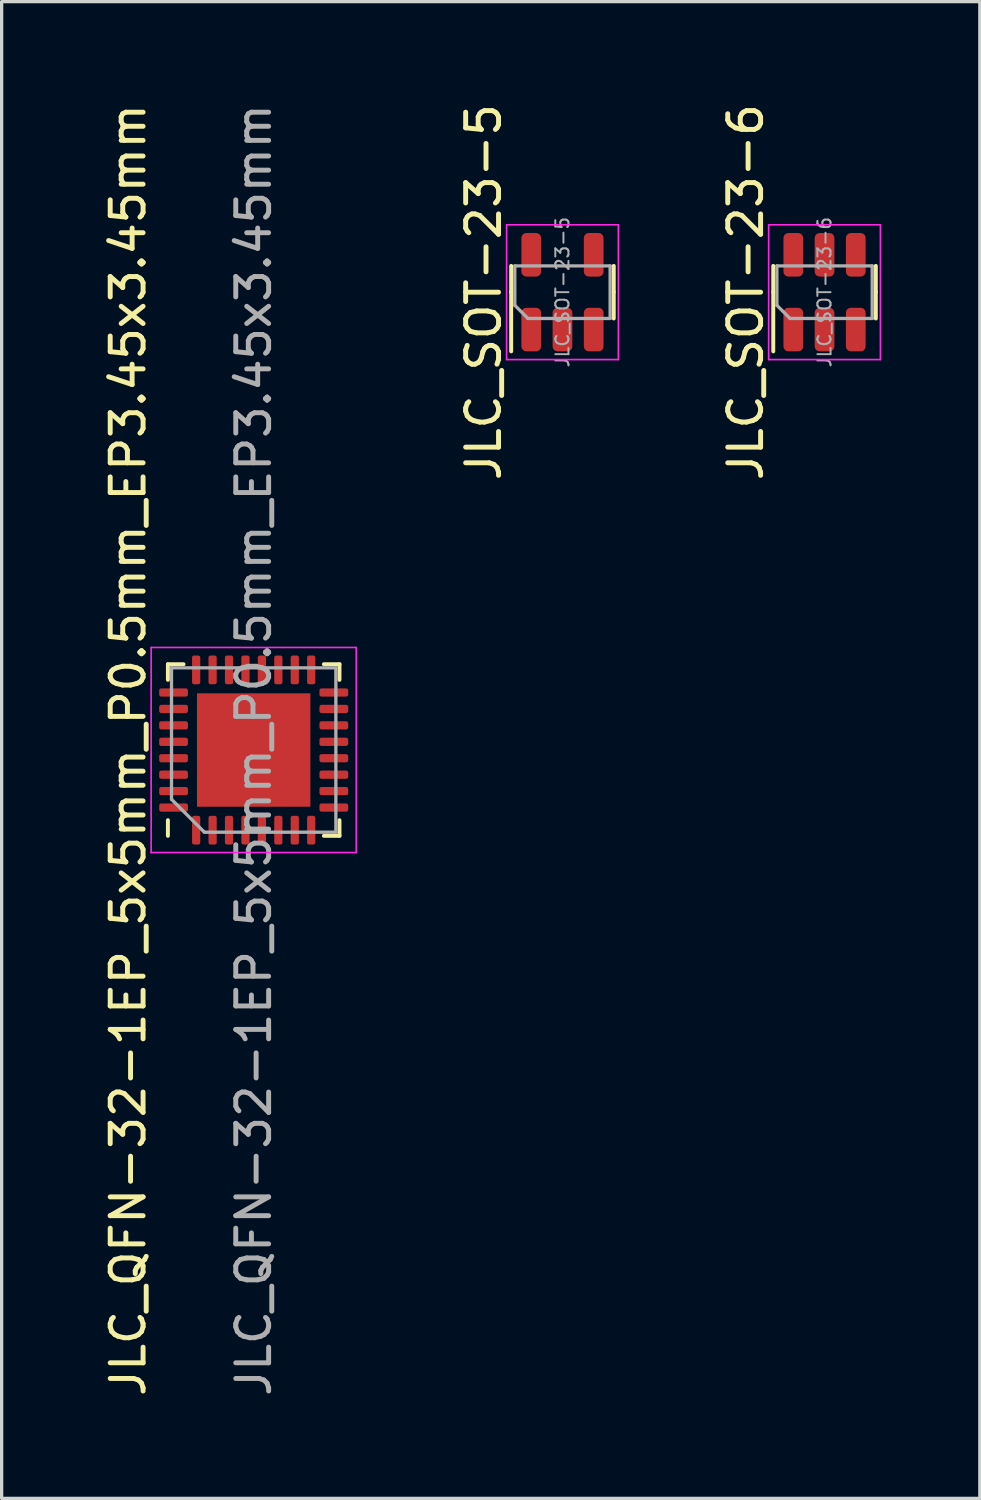
<source format=kicad_pcb>
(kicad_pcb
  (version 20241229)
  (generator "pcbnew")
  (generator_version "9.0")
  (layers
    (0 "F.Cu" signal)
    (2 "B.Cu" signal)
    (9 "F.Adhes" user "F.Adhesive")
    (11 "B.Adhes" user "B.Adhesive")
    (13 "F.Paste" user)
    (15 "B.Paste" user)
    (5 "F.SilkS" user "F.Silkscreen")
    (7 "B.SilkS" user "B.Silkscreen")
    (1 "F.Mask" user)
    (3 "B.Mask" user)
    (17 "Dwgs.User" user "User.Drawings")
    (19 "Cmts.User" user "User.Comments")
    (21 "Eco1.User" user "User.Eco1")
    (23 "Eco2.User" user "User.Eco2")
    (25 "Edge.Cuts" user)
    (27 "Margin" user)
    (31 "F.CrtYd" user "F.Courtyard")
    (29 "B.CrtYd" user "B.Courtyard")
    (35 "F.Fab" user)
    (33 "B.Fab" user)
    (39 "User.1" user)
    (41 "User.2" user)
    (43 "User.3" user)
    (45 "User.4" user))
  (footprint "JLC_SOT-23-5"
    (layer "F.Cu")
    (at 14.062 5.839)
    (property "Reference" "JLC_SOT-23-5" (at -2.4 0 90) (layer "F.SilkS") (effects (font (size 1 1) (thickness 0.15))))
    (attr smd)
    (fp_line (start -1.56 0) (end -1.56 -0.8) (stroke (width 0.12) (type solid)) (layer "F.SilkS"))
    (fp_line (start -1.56 0) (end -1.56 1.8) (stroke (width 0.12) (type solid)) (layer "F.SilkS"))
    (fp_line (start 1.56 0) (end 1.56 -0.8) (stroke (width 0.12) (type solid)) (layer "F.SilkS"))
    (fp_line (start 1.56 0) (end 1.56 0.8) (stroke (width 0.12) (type solid)) (layer "F.SilkS"))
    (fp_line (start -1.7 -2.05) (end -1.7 2.05) (stroke (width 0.05) (type solid)) (layer "F.CrtYd"))
    (fp_line (start -1.7 2.05) (end 1.7 2.05) (stroke (width 0.05) (type solid)) (layer "F.CrtYd"))
    (fp_line (start 1.7 -2.05) (end -1.7 -2.05) (stroke (width 0.05) (type solid)) (layer "F.CrtYd"))
    (fp_line (start 1.7 2.05) (end 1.7 -2.05) (stroke (width 0.05) (type solid)) (layer "F.CrtYd"))
    (fp_line (start -1.45 -0.8) (end 1.45 -0.8) (stroke (width 0.1) (type solid)) (layer "F.Fab"))
    (fp_line (start -1.45 0.4) (end -1.45 -0.8) (stroke (width 0.1) (type solid)) (layer "F.Fab"))
    (fp_line (start -1.05 0.8) (end -1.45 0.4) (stroke (width 0.1) (type solid)) (layer "F.Fab"))
    (fp_line (start 1.45 -0.8) (end 1.45 0.8) (stroke (width 0.1) (type solid)) (layer "F.Fab"))
    (fp_line (start 1.45 0.8) (end -1.05 0.8) (stroke (width 0.1) (type solid)) (layer "F.Fab"))
    (fp_text user "${REFERENCE}" (at 0 0 90) (layer "F.Fab") (effects (font (size 0.4 0.4) (thickness 0.06))))
    (pad "1" smd roundrect (at -0.95 1.137 90) (size 1.325 0.6) (layers "F.Cu" "F.Mask" "F.Paste") (roundrect_rratio 0.25))
    (pad "2" smd roundrect (at 0 1.137 90) (size 1.325 0.6) (layers "F.Cu" "F.Mask" "F.Paste") (roundrect_rratio 0.25))
    (pad "3" smd roundrect (at 0.95 1.137 90) (size 1.325 0.6) (layers "F.Cu" "F.Mask" "F.Paste") (roundrect_rratio 0.25))
    (pad "4" smd roundrect (at 0.95 -1.137 90) (size 1.325 0.6) (layers "F.Cu" "F.Mask" "F.Paste") (roundrect_rratio 0.25))
    (pad "5" smd roundrect (at -0.95 -1.137 90) (size 1.325 0.6) (layers "F.Cu" "F.Mask" "F.Paste") (roundrect_rratio 0.25)))
  (footprint "JLC_QFN-32-1EP_5x5mm_P0.5mm_EP3.45x3.45mm"
    (layer "F.Cu")
    (at 4.668 19.768)
    (property "Reference" "JLC_QFN-32-1EP_5x5mm_P0.5mm_EP3.45x3.45mm" (at -3.82 0 90) (layer "F.SilkS") (effects (font (size 1 1) (thickness 0.15))))
    (attr smd)
    (fp_line (start -2.61 -2.61) (end -2.135 -2.61) (stroke (width 0.12) (type solid)) (layer "F.SilkS"))
    (fp_line (start -2.61 -2.135) (end -2.61 -2.61) (stroke (width 0.12) (type solid)) (layer "F.SilkS"))
    (fp_line (start -2.61 2.135) (end -2.61 2.61) (stroke (width 0.12) (type solid)) (layer "F.SilkS"))
    (fp_line (start 2.61 -2.61) (end 2.135 -2.61) (stroke (width 0.12) (type solid)) (layer "F.SilkS"))
    (fp_line (start 2.61 -2.135) (end 2.61 -2.61) (stroke (width 0.12) (type solid)) (layer "F.SilkS"))
    (fp_line (start 2.61 2.135) (end 2.61 2.61) (stroke (width 0.12) (type solid)) (layer "F.SilkS"))
    (fp_line (start 2.61 2.61) (end 2.135 2.61) (stroke (width 0.12) (type solid)) (layer "F.SilkS"))
    (fp_line (start -3.12 -3.12) (end -3.12 3.12) (stroke (width 0.05) (type solid)) (layer "F.CrtYd"))
    (fp_line (start -3.12 3.12) (end 3.12 3.12) (stroke (width 0.05) (type solid)) (layer "F.CrtYd"))
    (fp_line (start 3.12 -3.12) (end -3.12 -3.12) (stroke (width 0.05) (type solid)) (layer "F.CrtYd"))
    (fp_line (start 3.12 3.12) (end 3.12 -3.12) (stroke (width 0.05) (type solid)) (layer "F.CrtYd"))
    (fp_line (start -2.5 -2.5) (end 2.5 -2.5) (stroke (width 0.1) (type solid)) (layer "F.Fab"))
    (fp_line (start -2.5 1.5) (end -2.5 -2.5) (stroke (width 0.1) (type solid)) (layer "F.Fab"))
    (fp_line (start -1.5 2.5) (end -2.5 1.5) (stroke (width 0.1) (type solid)) (layer "F.Fab"))
    (fp_line (start 2.5 -2.5) (end 2.5 2.5) (stroke (width 0.1) (type solid)) (layer "F.Fab"))
    (fp_line (start 2.5 2.5) (end -1.5 2.5) (stroke (width 0.1) (type solid)) (layer "F.Fab"))
    (fp_text user "${REFERENCE}" (at 0 0 90) (layer "F.Fab") (effects (font (size 1 1) (thickness 0.15))))
    (pad "" smd roundrect (at -1.15 -1.15 90) (size 0.93 0.93) (layers "F.Paste") (roundrect_rratio 0.25))
    (pad "" smd roundrect (at -1.15 0 90) (size 0.93 0.93) (layers "F.Paste") (roundrect_rratio 0.25))
    (pad "" smd roundrect (at -1.15 1.15 90) (size 0.93 0.93) (layers "F.Paste") (roundrect_rratio 0.25))
    (pad "" smd roundrect (at 0 -1.15 90) (size 0.93 0.93) (layers "F.Paste") (roundrect_rratio 0.25))
    (pad "" smd roundrect (at 0 0 90) (size 0.93 0.93) (layers "F.Paste") (roundrect_rratio 0.25))
    (pad "" smd roundrect (at 0 1.15 90) (size 0.93 0.93) (layers "F.Paste") (roundrect_rratio 0.25))
    (pad "" smd roundrect (at 1.15 -1.15 90) (size 0.93 0.93) (layers "F.Paste") (roundrect_rratio 0.25))
    (pad "" smd roundrect (at 1.15 0 90) (size 0.93 0.93) (layers "F.Paste") (roundrect_rratio 0.25))
    (pad "" smd roundrect (at 1.15 1.15 90) (size 0.93 0.93) (layers "F.Paste") (roundrect_rratio 0.25))
    (pad "1" smd roundrect (at -1.75 2.438 90) (size 0.875 0.25) (layers "F.Cu" "F.Mask" "F.Paste") (roundrect_rratio 0.25))
    (pad "2" smd roundrect (at -1.25 2.438 90) (size 0.875 0.25) (layers "F.Cu" "F.Mask" "F.Paste") (roundrect_rratio 0.25))
    (pad "3" smd roundrect (at -0.75 2.438 90) (size 0.875 0.25) (layers "F.Cu" "F.Mask" "F.Paste") (roundrect_rratio 0.25))
    (pad "4" smd roundrect (at -0.25 2.438 90) (size 0.875 0.25) (layers "F.Cu" "F.Mask" "F.Paste") (roundrect_rratio 0.25))
    (pad "5" smd roundrect (at 0.25 2.438 90) (size 0.875 0.25) (layers "F.Cu" "F.Mask" "F.Paste") (roundrect_rratio 0.25))
    (pad "6" smd roundrect (at 0.75 2.438 90) (size 0.875 0.25) (layers "F.Cu" "F.Mask" "F.Paste") (roundrect_rratio 0.25))
    (pad "7" smd roundrect (at 1.25 2.438 90) (size 0.875 0.25) (layers "F.Cu" "F.Mask" "F.Paste") (roundrect_rratio 0.25))
    (pad "8" smd roundrect (at 1.75 2.438 90) (size 0.875 0.25) (layers "F.Cu" "F.Mask" "F.Paste") (roundrect_rratio 0.25))
    (pad "9" smd roundrect (at 2.438 1.75 90) (size 0.25 0.875) (layers "F.Cu" "F.Mask" "F.Paste") (roundrect_rratio 0.25))
    (pad "10" smd roundrect (at 2.438 1.25 90) (size 0.25 0.875) (layers "F.Cu" "F.Mask" "F.Paste") (roundrect_rratio 0.25))
    (pad "11" smd roundrect (at 2.438 0.75 90) (size 0.25 0.875) (layers "F.Cu" "F.Mask" "F.Paste") (roundrect_rratio 0.25))
    (pad "12" smd roundrect (at 2.438 0.25 90) (size 0.25 0.875) (layers "F.Cu" "F.Mask" "F.Paste") (roundrect_rratio 0.25))
    (pad "13" smd roundrect (at 2.438 -0.25 90) (size 0.25 0.875) (layers "F.Cu" "F.Mask" "F.Paste") (roundrect_rratio 0.25))
    (pad "14" smd roundrect (at 2.438 -0.75 90) (size 0.25 0.875) (layers "F.Cu" "F.Mask" "F.Paste") (roundrect_rratio 0.25))
    (pad "15" smd roundrect (at 2.438 -1.25 90) (size 0.25 0.875) (layers "F.Cu" "F.Mask" "F.Paste") (roundrect_rratio 0.25))
    (pad "16" smd roundrect (at 2.438 -1.75 90) (size 0.25 0.875) (layers "F.Cu" "F.Mask" "F.Paste") (roundrect_rratio 0.25))
    (pad "17" smd roundrect (at 1.75 -2.438 90) (size 0.875 0.25) (layers "F.Cu" "F.Mask" "F.Paste") (roundrect_rratio 0.25))
    (pad "18" smd roundrect (at 1.25 -2.438 90) (size 0.875 0.25) (layers "F.Cu" "F.Mask" "F.Paste") (roundrect_rratio 0.25))
    (pad "19" smd roundrect (at 0.75 -2.438 90) (size 0.875 0.25) (layers "F.Cu" "F.Mask" "F.Paste") (roundrect_rratio 0.25))
    (pad "20" smd roundrect (at 0.25 -2.438 90) (size 0.875 0.25) (layers "F.Cu" "F.Mask" "F.Paste") (roundrect_rratio 0.25))
    (pad "21" smd roundrect (at -0.25 -2.438 90) (size 0.875 0.25) (layers "F.Cu" "F.Mask" "F.Paste") (roundrect_rratio 0.25))
    (pad "22" smd roundrect (at -0.75 -2.438 90) (size 0.875 0.25) (layers "F.Cu" "F.Mask" "F.Paste") (roundrect_rratio 0.25))
    (pad "23" smd roundrect (at -1.25 -2.438 90) (size 0.875 0.25) (layers "F.Cu" "F.Mask" "F.Paste") (roundrect_rratio 0.25))
    (pad "24" smd roundrect (at -1.75 -2.438 90) (size 0.875 0.25) (layers "F.Cu" "F.Mask" "F.Paste") (roundrect_rratio 0.25))
    (pad "25" smd roundrect (at -2.438 -1.75 90) (size 0.25 0.875) (layers "F.Cu" "F.Mask" "F.Paste") (roundrect_rratio 0.25))
    (pad "26" smd roundrect (at -2.438 -1.25 90) (size 0.25 0.875) (layers "F.Cu" "F.Mask" "F.Paste") (roundrect_rratio 0.25))
    (pad "27" smd roundrect (at -2.438 -0.75 90) (size 0.25 0.875) (layers "F.Cu" "F.Mask" "F.Paste") (roundrect_rratio 0.25))
    (pad "28" smd roundrect (at -2.438 -0.25 90) (size 0.25 0.875) (layers "F.Cu" "F.Mask" "F.Paste") (roundrect_rratio 0.25))
    (pad "29" smd roundrect (at -2.438 0.25 90) (size 0.25 0.875) (layers "F.Cu" "F.Mask" "F.Paste") (roundrect_rratio 0.25))
    (pad "30" smd roundrect (at -2.438 0.75 90) (size 0.25 0.875) (layers "F.Cu" "F.Mask" "F.Paste") (roundrect_rratio 0.25))
    (pad "31" smd roundrect (at -2.438 1.25 90) (size 0.25 0.875) (layers "F.Cu" "F.Mask" "F.Paste") (roundrect_rratio 0.25))
    (pad "32" smd roundrect (at -2.438 1.75 90) (size 0.25 0.875) (layers "F.Cu" "F.Mask" "F.Paste") (roundrect_rratio 0.25))
    (pad "33" smd rect (at 0 0 90) (size 3.45 3.45) (layers "F.Cu" "F.Mask")))
  (footprint "JLC_SOT-23-6"
    (layer "F.Cu")
    (at 22.035 5.839)
    (property "Reference" "JLC_SOT-23-6" (at -2.4 0 90) (layer "F.SilkS") (effects (font (size 1 1) (thickness 0.15))))
    (attr smd)
    (fp_line (start -1.56 0) (end -1.56 -0.8) (stroke (width 0.12) (type solid)) (layer "F.SilkS"))
    (fp_line (start -1.56 0) (end -1.56 1.8) (stroke (width 0.12) (type solid)) (layer "F.SilkS"))
    (fp_line (start 1.56 0) (end 1.56 -0.8) (stroke (width 0.12) (type solid)) (layer "F.SilkS"))
    (fp_line (start 1.56 0) (end 1.56 0.8) (stroke (width 0.12) (type solid)) (layer "F.SilkS"))
    (fp_line (start -1.7 -2.05) (end -1.7 2.05) (stroke (width 0.05) (type solid)) (layer "F.CrtYd"))
    (fp_line (start -1.7 2.05) (end 1.7 2.05) (stroke (width 0.05) (type solid)) (layer "F.CrtYd"))
    (fp_line (start 1.7 -2.05) (end -1.7 -2.05) (stroke (width 0.05) (type solid)) (layer "F.CrtYd"))
    (fp_line (start 1.7 2.05) (end 1.7 -2.05) (stroke (width 0.05) (type solid)) (layer "F.CrtYd"))
    (fp_line (start -1.45 -0.8) (end 1.45 -0.8) (stroke (width 0.1) (type solid)) (layer "F.Fab"))
    (fp_line (start -1.45 0.4) (end -1.45 -0.8) (stroke (width 0.1) (type solid)) (layer "F.Fab"))
    (fp_line (start -1.05 0.8) (end -1.45 0.4) (stroke (width 0.1) (type solid)) (layer "F.Fab"))
    (fp_line (start 1.45 -0.8) (end 1.45 0.8) (stroke (width 0.1) (type solid)) (layer "F.Fab"))
    (fp_line (start 1.45 0.8) (end -1.05 0.8) (stroke (width 0.1) (type solid)) (layer "F.Fab"))
    (fp_text user "${REFERENCE}" (at 0 0 90) (layer "F.Fab") (effects (font (size 0.4 0.4) (thickness 0.06))))
    (pad "1" smd roundrect (at -0.95 1.137 90) (size 1.325 0.6) (layers "F.Cu" "F.Mask" "F.Paste") (roundrect_rratio 0.25))
    (pad "2" smd roundrect (at 0 1.137 90) (size 1.325 0.6) (layers "F.Cu" "F.Mask" "F.Paste") (roundrect_rratio 0.25))
    (pad "3" smd roundrect (at 0.95 1.137 90) (size 1.325 0.6) (layers "F.Cu" "F.Mask" "F.Paste") (roundrect_rratio 0.25))
    (pad "4" smd roundrect (at 0.95 -1.137 90) (size 1.325 0.6) (layers "F.Cu" "F.Mask" "F.Paste") (roundrect_rratio 0.25))
    (pad "5" smd roundrect (at 0 -1.137 90) (size 1.325 0.6) (layers "F.Cu" "F.Mask" "F.Paste") (roundrect_rratio 0.25))
    (pad "6" smd roundrect (at -0.95 -1.137 90) (size 1.325 0.6) (layers "F.Cu" "F.Mask" "F.Paste") (roundrect_rratio 0.25)))
  (gr_rect
    (start -3 -3)
    (end 26.76 42.536)
    (stroke (width 0.1) (type default))
    (fill no)
    (layer "Edge.Cuts")))
</source>
